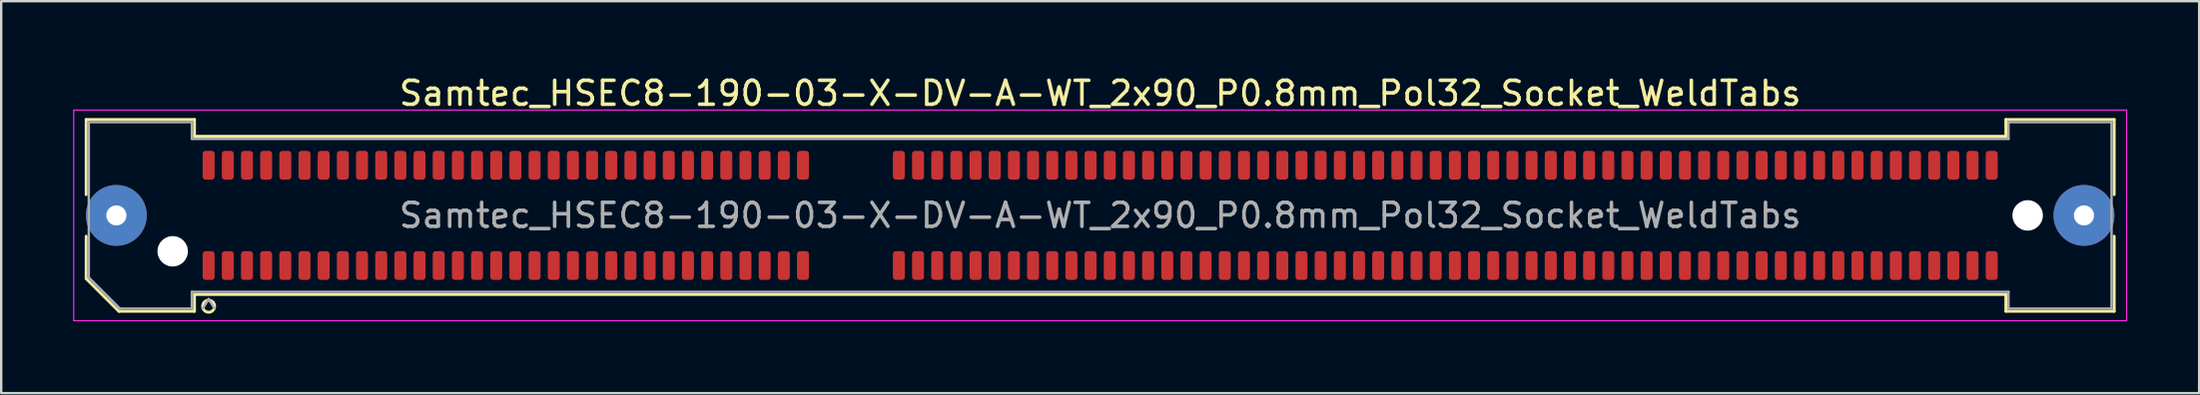
<source format=kicad_pcb>
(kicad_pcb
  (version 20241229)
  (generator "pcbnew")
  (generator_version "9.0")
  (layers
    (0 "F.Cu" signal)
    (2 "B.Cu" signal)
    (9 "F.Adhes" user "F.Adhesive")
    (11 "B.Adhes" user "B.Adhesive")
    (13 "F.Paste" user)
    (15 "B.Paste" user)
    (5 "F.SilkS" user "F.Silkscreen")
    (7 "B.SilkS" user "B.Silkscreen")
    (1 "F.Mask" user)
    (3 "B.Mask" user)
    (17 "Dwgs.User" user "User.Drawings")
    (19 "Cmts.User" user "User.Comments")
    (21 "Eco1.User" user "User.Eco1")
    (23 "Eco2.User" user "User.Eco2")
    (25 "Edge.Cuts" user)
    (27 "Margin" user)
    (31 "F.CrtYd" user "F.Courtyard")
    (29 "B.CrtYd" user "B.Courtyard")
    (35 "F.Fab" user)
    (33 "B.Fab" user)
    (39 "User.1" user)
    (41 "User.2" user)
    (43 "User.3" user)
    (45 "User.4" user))
  (footprint "Samtec_HSEC8-190-03-X-DV-A-WT_2x90_P0.8mm_Pol32_Socket_WeldTabs"
    (layer "F.Cu")
    (at 42.855 5.948)
    (property "Reference" "Samtec_HSEC8-190-03-X-DV-A-WT_2x90_P0.8mm_Pol32_Socket_WeldTabs" (at 0 -5.1 0) (layer "F.SilkS") (effects (font (size 1 1) (thickness 0.15))))
    (attr smd)
    (fp_line (start -42.31 -4.005) (end -37.79 -4.005) (stroke (width 0.12) (type solid)) (layer "F.SilkS"))
    (fp_line (start -42.31 -0.868) (end -42.31 -4.005) (stroke (width 0.12) (type solid)) (layer "F.SilkS"))
    (fp_line (start -42.31 2.641) (end -42.31 0.868) (stroke (width 0.12) (type solid)) (layer "F.SilkS"))
    (fp_line (start -40.946 4.005) (end -42.31 2.641) (stroke (width 0.12) (type solid)) (layer "F.SilkS"))
    (fp_line (start -37.79 -4.005) (end -37.79 -3.305) (stroke (width 0.12) (type solid)) (layer "F.SilkS"))
    (fp_line (start -37.79 -3.305) (end 37.79 -3.305) (stroke (width 0.12) (type solid)) (layer "F.SilkS"))
    (fp_line (start -37.79 3.305) (end -37.79 4.005) (stroke (width 0.12) (type solid)) (layer "F.SilkS"))
    (fp_line (start -37.79 4.005) (end -40.946 4.005) (stroke (width 0.12) (type solid)) (layer "F.SilkS"))
    (fp_line (start 37.79 -4.005) (end 42.31 -4.005) (stroke (width 0.12) (type solid)) (layer "F.SilkS"))
    (fp_line (start 37.79 -3.305) (end 37.79 -4.005) (stroke (width 0.12) (type solid)) (layer "F.SilkS"))
    (fp_line (start 37.79 3.305) (end -37.79 3.305) (stroke (width 0.12) (type solid)) (layer "F.SilkS"))
    (fp_line (start 37.79 4.005) (end 37.79 3.305) (stroke (width 0.12) (type solid)) (layer "F.SilkS"))
    (fp_line (start 42.31 -4.005) (end 42.31 -0.868) (stroke (width 0.12) (type solid)) (layer "F.SilkS"))
    (fp_line (start 42.31 0.868) (end 42.31 4.005) (stroke (width 0.12) (type solid)) (layer "F.SilkS"))
    (fp_line (start 42.31 4.005) (end 37.79 4.005) (stroke (width 0.12) (type solid)) (layer "F.SilkS"))
    (fp_arc (start -36.95 3.795) (mid -37.45 3.795) (end -36.95 3.795) (stroke (width 0.12) (type solid)) (layer "F.SilkS"))
    (fp_line (start -42.83 -4.4) (end -42.83 4.4) (stroke (width 0.05) (type solid)) (layer "F.CrtYd"))
    (fp_line (start -42.83 4.4) (end 42.83 4.4) (stroke (width 0.05) (type solid)) (layer "F.CrtYd"))
    (fp_line (start 42.83 -4.4) (end -42.83 -4.4) (stroke (width 0.05) (type solid)) (layer "F.CrtYd"))
    (fp_line (start 42.83 4.4) (end 42.83 -4.4) (stroke (width 0.05) (type solid)) (layer "F.CrtYd"))
    (fp_line (start -42.2 -3.895) (end -37.9 -3.895) (stroke (width 0.1) (type solid)) (layer "F.Fab"))
    (fp_line (start -42.2 2.595) (end -42.2 -3.895) (stroke (width 0.1) (type solid)) (layer "F.Fab"))
    (fp_line (start -40.9 3.895) (end -42.2 2.595) (stroke (width 0.1) (type solid)) (layer "F.Fab"))
    (fp_line (start -37.9 -3.895) (end -37.9 -3.195) (stroke (width 0.1) (type solid)) (layer "F.Fab"))
    (fp_line (start -37.9 -3.195) (end 37.9 -3.195) (stroke (width 0.1) (type solid)) (layer "F.Fab"))
    (fp_line (start -37.9 3.195) (end -37.9 3.895) (stroke (width 0.1) (type solid)) (layer "F.Fab"))
    (fp_line (start -37.9 3.895) (end -40.9 3.895) (stroke (width 0.1) (type solid)) (layer "F.Fab"))
    (fp_line (start -37.2 3.495) (end -37.45 3.895) (stroke (width 0.1) (type solid)) (layer "F.Fab"))
    (fp_line (start -37.2 3.495) (end -36.95 3.895) (stroke (width 0.1) (type solid)) (layer "F.Fab"))
    (fp_line (start 37.9 -3.895) (end 42.2 -3.895) (stroke (width 0.1) (type solid)) (layer "F.Fab"))
    (fp_line (start 37.9 -3.195) (end 37.9 -3.895) (stroke (width 0.1) (type solid)) (layer "F.Fab"))
    (fp_line (start 37.9 3.195) (end -37.9 3.195) (stroke (width 0.1) (type solid)) (layer "F.Fab"))
    (fp_line (start 37.9 3.895) (end 37.9 3.195) (stroke (width 0.1) (type solid)) (layer "F.Fab"))
    (fp_line (start 42.2 -3.895) (end 42.2 3.895) (stroke (width 0.1) (type solid)) (layer "F.Fab"))
    (fp_line (start 42.2 3.895) (end 37.9 3.895) (stroke (width 0.1) (type solid)) (layer "F.Fab"))
    (fp_text user "${REFERENCE}" (at 0 0 0) (layer "F.Fab") (effects (font (size 1 1) (thickness 0.15))))
    (pad "" thru_hole circle (at -41.05 0) (size 2.54 2.54) (drill 0.84) (layers "*.Cu" "*.Mask" "F.Paste"))
    (pad "" np_thru_hole circle (at -38.7 1.5) (size 1.27 1.27) (drill 1.27) (layers "*.Cu" "*.Mask"))
    (pad "" np_thru_hole circle (at 38.7 0) (size 1.27 1.27) (drill 1.27) (layers "*.Cu" "*.Mask"))
    (pad "" thru_hole circle (at 41.05 0) (size 2.54 2.54) (drill 0.84) (layers "*.Cu" "*.Mask" "F.Paste"))
    (pad "1" smd roundrect (at -37.2 2.095) (size 0.5 1.2) (layers "F.Cu" "F.Mask" "F.Paste") (roundrect_rratio 0.25))
    (pad "2" smd roundrect (at -37.2 -2.095) (size 0.5 1.2) (layers "F.Cu" "F.Mask" "F.Paste") (roundrect_rratio 0.25))
    (pad "3" smd roundrect (at -36.4 2.095) (size 0.5 1.2) (layers "F.Cu" "F.Mask" "F.Paste") (roundrect_rratio 0.25))
    (pad "4" smd roundrect (at -36.4 -2.095) (size 0.5 1.2) (layers "F.Cu" "F.Mask" "F.Paste") (roundrect_rratio 0.25))
    (pad "5" smd roundrect (at -35.6 2.095) (size 0.5 1.2) (layers "F.Cu" "F.Mask" "F.Paste") (roundrect_rratio 0.25))
    (pad "6" smd roundrect (at -35.6 -2.095) (size 0.5 1.2) (layers "F.Cu" "F.Mask" "F.Paste") (roundrect_rratio 0.25))
    (pad "7" smd roundrect (at -34.8 2.095) (size 0.5 1.2) (layers "F.Cu" "F.Mask" "F.Paste") (roundrect_rratio 0.25))
    (pad "8" smd roundrect (at -34.8 -2.095) (size 0.5 1.2) (layers "F.Cu" "F.Mask" "F.Paste") (roundrect_rratio 0.25))
    (pad "9" smd roundrect (at -34 2.095) (size 0.5 1.2) (layers "F.Cu" "F.Mask" "F.Paste") (roundrect_rratio 0.25))
    (pad "10" smd roundrect (at -34 -2.095) (size 0.5 1.2) (layers "F.Cu" "F.Mask" "F.Paste") (roundrect_rratio 0.25))
    (pad "11" smd roundrect (at -33.2 2.095) (size 0.5 1.2) (layers "F.Cu" "F.Mask" "F.Paste") (roundrect_rratio 0.25))
    (pad "12" smd roundrect (at -33.2 -2.095) (size 0.5 1.2) (layers "F.Cu" "F.Mask" "F.Paste") (roundrect_rratio 0.25))
    (pad "13" smd roundrect (at -32.4 2.095) (size 0.5 1.2) (layers "F.Cu" "F.Mask" "F.Paste") (roundrect_rratio 0.25))
    (pad "14" smd roundrect (at -32.4 -2.095) (size 0.5 1.2) (layers "F.Cu" "F.Mask" "F.Paste") (roundrect_rratio 0.25))
    (pad "15" smd roundrect (at -31.6 2.095) (size 0.5 1.2) (layers "F.Cu" "F.Mask" "F.Paste") (roundrect_rratio 0.25))
    (pad "16" smd roundrect (at -31.6 -2.095) (size 0.5 1.2) (layers "F.Cu" "F.Mask" "F.Paste") (roundrect_rratio 0.25))
    (pad "17" smd roundrect (at -30.8 2.095) (size 0.5 1.2) (layers "F.Cu" "F.Mask" "F.Paste") (roundrect_rratio 0.25))
    (pad "18" smd roundrect (at -30.8 -2.095) (size 0.5 1.2) (layers "F.Cu" "F.Mask" "F.Paste") (roundrect_rratio 0.25))
    (pad "19" smd roundrect (at -30 2.095) (size 0.5 1.2) (layers "F.Cu" "F.Mask" "F.Paste") (roundrect_rratio 0.25))
    (pad "20" smd roundrect (at -30 -2.095) (size 0.5 1.2) (layers "F.Cu" "F.Mask" "F.Paste") (roundrect_rratio 0.25))
    (pad "21" smd roundrect (at -29.2 2.095) (size 0.5 1.2) (layers "F.Cu" "F.Mask" "F.Paste") (roundrect_rratio 0.25))
    (pad "22" smd roundrect (at -29.2 -2.095) (size 0.5 1.2) (layers "F.Cu" "F.Mask" "F.Paste") (roundrect_rratio 0.25))
    (pad "23" smd roundrect (at -28.4 2.095) (size 0.5 1.2) (layers "F.Cu" "F.Mask" "F.Paste") (roundrect_rratio 0.25))
    (pad "24" smd roundrect (at -28.4 -2.095) (size 0.5 1.2) (layers "F.Cu" "F.Mask" "F.Paste") (roundrect_rratio 0.25))
    (pad "25" smd roundrect (at -27.6 2.095) (size 0.5 1.2) (layers "F.Cu" "F.Mask" "F.Paste") (roundrect_rratio 0.25))
    (pad "26" smd roundrect (at -27.6 -2.095) (size 0.5 1.2) (layers "F.Cu" "F.Mask" "F.Paste") (roundrect_rratio 0.25))
    (pad "27" smd roundrect (at -26.8 2.095) (size 0.5 1.2) (layers "F.Cu" "F.Mask" "F.Paste") (roundrect_rratio 0.25))
    (pad "28" smd roundrect (at -26.8 -2.095) (size 0.5 1.2) (layers "F.Cu" "F.Mask" "F.Paste") (roundrect_rratio 0.25))
    (pad "29" smd roundrect (at -26 2.095) (size 0.5 1.2) (layers "F.Cu" "F.Mask" "F.Paste") (roundrect_rratio 0.25))
    (pad "30" smd roundrect (at -26 -2.095) (size 0.5 1.2) (layers "F.Cu" "F.Mask" "F.Paste") (roundrect_rratio 0.25))
    (pad "31" smd roundrect (at -25.2 2.095) (size 0.5 1.2) (layers "F.Cu" "F.Mask" "F.Paste") (roundrect_rratio 0.25))
    (pad "32" smd roundrect (at -25.2 -2.095) (size 0.5 1.2) (layers "F.Cu" "F.Mask" "F.Paste") (roundrect_rratio 0.25))
    (pad "33" smd roundrect (at -24.4 2.095) (size 0.5 1.2) (layers "F.Cu" "F.Mask" "F.Paste") (roundrect_rratio 0.25))
    (pad "34" smd roundrect (at -24.4 -2.095) (size 0.5 1.2) (layers "F.Cu" "F.Mask" "F.Paste") (roundrect_rratio 0.25))
    (pad "35" smd roundrect (at -23.6 2.095) (size 0.5 1.2) (layers "F.Cu" "F.Mask" "F.Paste") (roundrect_rratio 0.25))
    (pad "36" smd roundrect (at -23.6 -2.095) (size 0.5 1.2) (layers "F.Cu" "F.Mask" "F.Paste") (roundrect_rratio 0.25))
    (pad "37" smd roundrect (at -22.8 2.095) (size 0.5 1.2) (layers "F.Cu" "F.Mask" "F.Paste") (roundrect_rratio 0.25))
    (pad "38" smd roundrect (at -22.8 -2.095) (size 0.5 1.2) (layers "F.Cu" "F.Mask" "F.Paste") (roundrect_rratio 0.25))
    (pad "39" smd roundrect (at -22 2.095) (size 0.5 1.2) (layers "F.Cu" "F.Mask" "F.Paste") (roundrect_rratio 0.25))
    (pad "40" smd roundrect (at -22 -2.095) (size 0.5 1.2) (layers "F.Cu" "F.Mask" "F.Paste") (roundrect_rratio 0.25))
    (pad "41" smd roundrect (at -21.2 2.095) (size 0.5 1.2) (layers "F.Cu" "F.Mask" "F.Paste") (roundrect_rratio 0.25))
    (pad "42" smd roundrect (at -21.2 -2.095) (size 0.5 1.2) (layers "F.Cu" "F.Mask" "F.Paste") (roundrect_rratio 0.25))
    (pad "43" smd roundrect (at -20.4 2.095) (size 0.5 1.2) (layers "F.Cu" "F.Mask" "F.Paste") (roundrect_rratio 0.25))
    (pad "44" smd roundrect (at -20.4 -2.095) (size 0.5 1.2) (layers "F.Cu" "F.Mask" "F.Paste") (roundrect_rratio 0.25))
    (pad "45" smd roundrect (at -19.6 2.095) (size 0.5 1.2) (layers "F.Cu" "F.Mask" "F.Paste") (roundrect_rratio 0.25))
    (pad "46" smd roundrect (at -19.6 -2.095) (size 0.5 1.2) (layers "F.Cu" "F.Mask" "F.Paste") (roundrect_rratio 0.25))
    (pad "47" smd roundrect (at -18.8 2.095) (size 0.5 1.2) (layers "F.Cu" "F.Mask" "F.Paste") (roundrect_rratio 0.25))
    (pad "48" smd roundrect (at -18.8 -2.095) (size 0.5 1.2) (layers "F.Cu" "F.Mask" "F.Paste") (roundrect_rratio 0.25))
    (pad "49" smd roundrect (at -18 2.095) (size 0.5 1.2) (layers "F.Cu" "F.Mask" "F.Paste") (roundrect_rratio 0.25))
    (pad "50" smd roundrect (at -18 -2.095) (size 0.5 1.2) (layers "F.Cu" "F.Mask" "F.Paste") (roundrect_rratio 0.25))
    (pad "51" smd roundrect (at -17.2 2.095) (size 0.5 1.2) (layers "F.Cu" "F.Mask" "F.Paste") (roundrect_rratio 0.25))
    (pad "52" smd roundrect (at -17.2 -2.095) (size 0.5 1.2) (layers "F.Cu" "F.Mask" "F.Paste") (roundrect_rratio 0.25))
    (pad "53" smd roundrect (at -16.4 2.095) (size 0.5 1.2) (layers "F.Cu" "F.Mask" "F.Paste") (roundrect_rratio 0.25))
    (pad "54" smd roundrect (at -16.4 -2.095) (size 0.5 1.2) (layers "F.Cu" "F.Mask" "F.Paste") (roundrect_rratio 0.25))
    (pad "55" smd roundrect (at -15.6 2.095) (size 0.5 1.2) (layers "F.Cu" "F.Mask" "F.Paste") (roundrect_rratio 0.25))
    (pad "56" smd roundrect (at -15.6 -2.095) (size 0.5 1.2) (layers "F.Cu" "F.Mask" "F.Paste") (roundrect_rratio 0.25))
    (pad "57" smd roundrect (at -14.8 2.095) (size 0.5 1.2) (layers "F.Cu" "F.Mask" "F.Paste") (roundrect_rratio 0.25))
    (pad "58" smd roundrect (at -14.8 -2.095) (size 0.5 1.2) (layers "F.Cu" "F.Mask" "F.Paste") (roundrect_rratio 0.25))
    (pad "59" smd roundrect (at -14 2.095) (size 0.5 1.2) (layers "F.Cu" "F.Mask" "F.Paste") (roundrect_rratio 0.25))
    (pad "60" smd roundrect (at -14 -2.095) (size 0.5 1.2) (layers "F.Cu" "F.Mask" "F.Paste") (roundrect_rratio 0.25))
    (pad "61" smd roundrect (at -13.2 2.095) (size 0.5 1.2) (layers "F.Cu" "F.Mask" "F.Paste") (roundrect_rratio 0.25))
    (pad "62" smd roundrect (at -13.2 -2.095) (size 0.5 1.2) (layers "F.Cu" "F.Mask" "F.Paste") (roundrect_rratio 0.25))
    (pad "63" smd roundrect (at -12.4 2.095) (size 0.5 1.2) (layers "F.Cu" "F.Mask" "F.Paste") (roundrect_rratio 0.25))
    (pad "64" smd roundrect (at -12.4 -2.095) (size 0.5 1.2) (layers "F.Cu" "F.Mask" "F.Paste") (roundrect_rratio 0.25))
    (pad "65" smd roundrect (at -8.4 2.095) (size 0.5 1.2) (layers "F.Cu" "F.Mask" "F.Paste") (roundrect_rratio 0.25))
    (pad "66" smd roundrect (at -8.4 -2.095) (size 0.5 1.2) (layers "F.Cu" "F.Mask" "F.Paste") (roundrect_rratio 0.25))
    (pad "67" smd roundrect (at -7.6 2.095) (size 0.5 1.2) (layers "F.Cu" "F.Mask" "F.Paste") (roundrect_rratio 0.25))
    (pad "68" smd roundrect (at -7.6 -2.095) (size 0.5 1.2) (layers "F.Cu" "F.Mask" "F.Paste") (roundrect_rratio 0.25))
    (pad "69" smd roundrect (at -6.8 2.095) (size 0.5 1.2) (layers "F.Cu" "F.Mask" "F.Paste") (roundrect_rratio 0.25))
    (pad "70" smd roundrect (at -6.8 -2.095) (size 0.5 1.2) (layers "F.Cu" "F.Mask" "F.Paste") (roundrect_rratio 0.25))
    (pad "71" smd roundrect (at -6 2.095) (size 0.5 1.2) (layers "F.Cu" "F.Mask" "F.Paste") (roundrect_rratio 0.25))
    (pad "72" smd roundrect (at -6 -2.095) (size 0.5 1.2) (layers "F.Cu" "F.Mask" "F.Paste") (roundrect_rratio 0.25))
    (pad "73" smd roundrect (at -5.2 2.095) (size 0.5 1.2) (layers "F.Cu" "F.Mask" "F.Paste") (roundrect_rratio 0.25))
    (pad "74" smd roundrect (at -5.2 -2.095) (size 0.5 1.2) (layers "F.Cu" "F.Mask" "F.Paste") (roundrect_rratio 0.25))
    (pad "75" smd roundrect (at -4.4 2.095) (size 0.5 1.2) (layers "F.Cu" "F.Mask" "F.Paste") (roundrect_rratio 0.25))
    (pad "76" smd roundrect (at -4.4 -2.095) (size 0.5 1.2) (layers "F.Cu" "F.Mask" "F.Paste") (roundrect_rratio 0.25))
    (pad "77" smd roundrect (at -3.6 2.095) (size 0.5 1.2) (layers "F.Cu" "F.Mask" "F.Paste") (roundrect_rratio 0.25))
    (pad "78" smd roundrect (at -3.6 -2.095) (size 0.5 1.2) (layers "F.Cu" "F.Mask" "F.Paste") (roundrect_rratio 0.25))
    (pad "79" smd roundrect (at -2.8 2.095) (size 0.5 1.2) (layers "F.Cu" "F.Mask" "F.Paste") (roundrect_rratio 0.25))
    (pad "80" smd roundrect (at -2.8 -2.095) (size 0.5 1.2) (layers "F.Cu" "F.Mask" "F.Paste") (roundrect_rratio 0.25))
    (pad "81" smd roundrect (at -2 2.095) (size 0.5 1.2) (layers "F.Cu" "F.Mask" "F.Paste") (roundrect_rratio 0.25))
    (pad "82" smd roundrect (at -2 -2.095) (size 0.5 1.2) (layers "F.Cu" "F.Mask" "F.Paste") (roundrect_rratio 0.25))
    (pad "83" smd roundrect (at -1.2 2.095) (size 0.5 1.2) (layers "F.Cu" "F.Mask" "F.Paste") (roundrect_rratio 0.25))
    (pad "84" smd roundrect (at -1.2 -2.095) (size 0.5 1.2) (layers "F.Cu" "F.Mask" "F.Paste") (roundrect_rratio 0.25))
    (pad "85" smd roundrect (at -0.4 2.095) (size 0.5 1.2) (layers "F.Cu" "F.Mask" "F.Paste") (roundrect_rratio 0.25))
    (pad "86" smd roundrect (at -0.4 -2.095) (size 0.5 1.2) (layers "F.Cu" "F.Mask" "F.Paste") (roundrect_rratio 0.25))
    (pad "87" smd roundrect (at 0.4 2.095) (size 0.5 1.2) (layers "F.Cu" "F.Mask" "F.Paste") (roundrect_rratio 0.25))
    (pad "88" smd roundrect (at 0.4 -2.095) (size 0.5 1.2) (layers "F.Cu" "F.Mask" "F.Paste") (roundrect_rratio 0.25))
    (pad "89" smd roundrect (at 1.2 2.095) (size 0.5 1.2) (layers "F.Cu" "F.Mask" "F.Paste") (roundrect_rratio 0.25))
    (pad "90" smd roundrect (at 1.2 -2.095) (size 0.5 1.2) (layers "F.Cu" "F.Mask" "F.Paste") (roundrect_rratio 0.25))
    (pad "91" smd roundrect (at 2 2.095) (size 0.5 1.2) (layers "F.Cu" "F.Mask" "F.Paste") (roundrect_rratio 0.25))
    (pad "92" smd roundrect (at 2 -2.095) (size 0.5 1.2) (layers "F.Cu" "F.Mask" "F.Paste") (roundrect_rratio 0.25))
    (pad "93" smd roundrect (at 2.8 2.095) (size 0.5 1.2) (layers "F.Cu" "F.Mask" "F.Paste") (roundrect_rratio 0.25))
    (pad "94" smd roundrect (at 2.8 -2.095) (size 0.5 1.2) (layers "F.Cu" "F.Mask" "F.Paste") (roundrect_rratio 0.25))
    (pad "95" smd roundrect (at 3.6 2.095) (size 0.5 1.2) (layers "F.Cu" "F.Mask" "F.Paste") (roundrect_rratio 0.25))
    (pad "96" smd roundrect (at 3.6 -2.095) (size 0.5 1.2) (layers "F.Cu" "F.Mask" "F.Paste") (roundrect_rratio 0.25))
    (pad "97" smd roundrect (at 4.4 2.095) (size 0.5 1.2) (layers "F.Cu" "F.Mask" "F.Paste") (roundrect_rratio 0.25))
    (pad "98" smd roundrect (at 4.4 -2.095) (size 0.5 1.2) (layers "F.Cu" "F.Mask" "F.Paste") (roundrect_rratio 0.25))
    (pad "99" smd roundrect (at 5.2 2.095) (size 0.5 1.2) (layers "F.Cu" "F.Mask" "F.Paste") (roundrect_rratio 0.25))
    (pad "100" smd roundrect (at 5.2 -2.095) (size 0.5 1.2) (layers "F.Cu" "F.Mask" "F.Paste") (roundrect_rratio 0.25))
    (pad "101" smd roundrect (at 6 2.095) (size 0.5 1.2) (layers "F.Cu" "F.Mask" "F.Paste") (roundrect_rratio 0.25))
    (pad "102" smd roundrect (at 6 -2.095) (size 0.5 1.2) (layers "F.Cu" "F.Mask" "F.Paste") (roundrect_rratio 0.25))
    (pad "103" smd roundrect (at 6.8 2.095) (size 0.5 1.2) (layers "F.Cu" "F.Mask" "F.Paste") (roundrect_rratio 0.25))
    (pad "104" smd roundrect (at 6.8 -2.095) (size 0.5 1.2) (layers "F.Cu" "F.Mask" "F.Paste") (roundrect_rratio 0.25))
    (pad "105" smd roundrect (at 7.6 2.095) (size 0.5 1.2) (layers "F.Cu" "F.Mask" "F.Paste") (roundrect_rratio 0.25))
    (pad "106" smd roundrect (at 7.6 -2.095) (size 0.5 1.2) (layers "F.Cu" "F.Mask" "F.Paste") (roundrect_rratio 0.25))
    (pad "107" smd roundrect (at 8.4 2.095) (size 0.5 1.2) (layers "F.Cu" "F.Mask" "F.Paste") (roundrect_rratio 0.25))
    (pad "108" smd roundrect (at 8.4 -2.095) (size 0.5 1.2) (layers "F.Cu" "F.Mask" "F.Paste") (roundrect_rratio 0.25))
    (pad "109" smd roundrect (at 9.2 2.095) (size 0.5 1.2) (layers "F.Cu" "F.Mask" "F.Paste") (roundrect_rratio 0.25))
    (pad "110" smd roundrect (at 9.2 -2.095) (size 0.5 1.2) (layers "F.Cu" "F.Mask" "F.Paste") (roundrect_rratio 0.25))
    (pad "111" smd roundrect (at 10 2.095) (size 0.5 1.2) (layers "F.Cu" "F.Mask" "F.Paste") (roundrect_rratio 0.25))
    (pad "112" smd roundrect (at 10 -2.095) (size 0.5 1.2) (layers "F.Cu" "F.Mask" "F.Paste") (roundrect_rratio 0.25))
    (pad "113" smd roundrect (at 10.8 2.095) (size 0.5 1.2) (layers "F.Cu" "F.Mask" "F.Paste") (roundrect_rratio 0.25))
    (pad "114" smd roundrect (at 10.8 -2.095) (size 0.5 1.2) (layers "F.Cu" "F.Mask" "F.Paste") (roundrect_rratio 0.25))
    (pad "115" smd roundrect (at 11.6 2.095) (size 0.5 1.2) (layers "F.Cu" "F.Mask" "F.Paste") (roundrect_rratio 0.25))
    (pad "116" smd roundrect (at 11.6 -2.095) (size 0.5 1.2) (layers "F.Cu" "F.Mask" "F.Paste") (roundrect_rratio 0.25))
    (pad "117" smd roundrect (at 12.4 2.095) (size 0.5 1.2) (layers "F.Cu" "F.Mask" "F.Paste") (roundrect_rratio 0.25))
    (pad "118" smd roundrect (at 12.4 -2.095) (size 0.5 1.2) (layers "F.Cu" "F.Mask" "F.Paste") (roundrect_rratio 0.25))
    (pad "119" smd roundrect (at 13.2 2.095) (size 0.5 1.2) (layers "F.Cu" "F.Mask" "F.Paste") (roundrect_rratio 0.25))
    (pad "120" smd roundrect (at 13.2 -2.095) (size 0.5 1.2) (layers "F.Cu" "F.Mask" "F.Paste") (roundrect_rratio 0.25))
    (pad "121" smd roundrect (at 14 2.095) (size 0.5 1.2) (layers "F.Cu" "F.Mask" "F.Paste") (roundrect_rratio 0.25))
    (pad "122" smd roundrect (at 14 -2.095) (size 0.5 1.2) (layers "F.Cu" "F.Mask" "F.Paste") (roundrect_rratio 0.25))
    (pad "123" smd roundrect (at 14.8 2.095) (size 0.5 1.2) (layers "F.Cu" "F.Mask" "F.Paste") (roundrect_rratio 0.25))
    (pad "124" smd roundrect (at 14.8 -2.095) (size 0.5 1.2) (layers "F.Cu" "F.Mask" "F.Paste") (roundrect_rratio 0.25))
    (pad "125" smd roundrect (at 15.6 2.095) (size 0.5 1.2) (layers "F.Cu" "F.Mask" "F.Paste") (roundrect_rratio 0.25))
    (pad "126" smd roundrect (at 15.6 -2.095) (size 0.5 1.2) (layers "F.Cu" "F.Mask" "F.Paste") (roundrect_rratio 0.25))
    (pad "127" smd roundrect (at 16.4 2.095) (size 0.5 1.2) (layers "F.Cu" "F.Mask" "F.Paste") (roundrect_rratio 0.25))
    (pad "128" smd roundrect (at 16.4 -2.095) (size 0.5 1.2) (layers "F.Cu" "F.Mask" "F.Paste") (roundrect_rratio 0.25))
    (pad "129" smd roundrect (at 17.2 2.095) (size 0.5 1.2) (layers "F.Cu" "F.Mask" "F.Paste") (roundrect_rratio 0.25))
    (pad "130" smd roundrect (at 17.2 -2.095) (size 0.5 1.2) (layers "F.Cu" "F.Mask" "F.Paste") (roundrect_rratio 0.25))
    (pad "131" smd roundrect (at 18 2.095) (size 0.5 1.2) (layers "F.Cu" "F.Mask" "F.Paste") (roundrect_rratio 0.25))
    (pad "132" smd roundrect (at 18 -2.095) (size 0.5 1.2) (layers "F.Cu" "F.Mask" "F.Paste") (roundrect_rratio 0.25))
    (pad "133" smd roundrect (at 18.8 2.095) (size 0.5 1.2) (layers "F.Cu" "F.Mask" "F.Paste") (roundrect_rratio 0.25))
    (pad "134" smd roundrect (at 18.8 -2.095) (size 0.5 1.2) (layers "F.Cu" "F.Mask" "F.Paste") (roundrect_rratio 0.25))
    (pad "135" smd roundrect (at 19.6 2.095) (size 0.5 1.2) (layers "F.Cu" "F.Mask" "F.Paste") (roundrect_rratio 0.25))
    (pad "136" smd roundrect (at 19.6 -2.095) (size 0.5 1.2) (layers "F.Cu" "F.Mask" "F.Paste") (roundrect_rratio 0.25))
    (pad "137" smd roundrect (at 20.4 2.095) (size 0.5 1.2) (layers "F.Cu" "F.Mask" "F.Paste") (roundrect_rratio 0.25))
    (pad "138" smd roundrect (at 20.4 -2.095) (size 0.5 1.2) (layers "F.Cu" "F.Mask" "F.Paste") (roundrect_rratio 0.25))
    (pad "139" smd roundrect (at 21.2 2.095) (size 0.5 1.2) (layers "F.Cu" "F.Mask" "F.Paste") (roundrect_rratio 0.25))
    (pad "140" smd roundrect (at 21.2 -2.095) (size 0.5 1.2) (layers "F.Cu" "F.Mask" "F.Paste") (roundrect_rratio 0.25))
    (pad "141" smd roundrect (at 22 2.095) (size 0.5 1.2) (layers "F.Cu" "F.Mask" "F.Paste") (roundrect_rratio 0.25))
    (pad "142" smd roundrect (at 22 -2.095) (size 0.5 1.2) (layers "F.Cu" "F.Mask" "F.Paste") (roundrect_rratio 0.25))
    (pad "143" smd roundrect (at 22.8 2.095) (size 0.5 1.2) (layers "F.Cu" "F.Mask" "F.Paste") (roundrect_rratio 0.25))
    (pad "144" smd roundrect (at 22.8 -2.095) (size 0.5 1.2) (layers "F.Cu" "F.Mask" "F.Paste") (roundrect_rratio 0.25))
    (pad "145" smd roundrect (at 23.6 2.095) (size 0.5 1.2) (layers "F.Cu" "F.Mask" "F.Paste") (roundrect_rratio 0.25))
    (pad "146" smd roundrect (at 23.6 -2.095) (size 0.5 1.2) (layers "F.Cu" "F.Mask" "F.Paste") (roundrect_rratio 0.25))
    (pad "147" smd roundrect (at 24.4 2.095) (size 0.5 1.2) (layers "F.Cu" "F.Mask" "F.Paste") (roundrect_rratio 0.25))
    (pad "148" smd roundrect (at 24.4 -2.095) (size 0.5 1.2) (layers "F.Cu" "F.Mask" "F.Paste") (roundrect_rratio 0.25))
    (pad "149" smd roundrect (at 25.2 2.095) (size 0.5 1.2) (layers "F.Cu" "F.Mask" "F.Paste") (roundrect_rratio 0.25))
    (pad "150" smd roundrect (at 25.2 -2.095) (size 0.5 1.2) (layers "F.Cu" "F.Mask" "F.Paste") (roundrect_rratio 0.25))
    (pad "151" smd roundrect (at 26 2.095) (size 0.5 1.2) (layers "F.Cu" "F.Mask" "F.Paste") (roundrect_rratio 0.25))
    (pad "152" smd roundrect (at 26 -2.095) (size 0.5 1.2) (layers "F.Cu" "F.Mask" "F.Paste") (roundrect_rratio 0.25))
    (pad "153" smd roundrect (at 26.8 2.095) (size 0.5 1.2) (layers "F.Cu" "F.Mask" "F.Paste") (roundrect_rratio 0.25))
    (pad "154" smd roundrect (at 26.8 -2.095) (size 0.5 1.2) (layers "F.Cu" "F.Mask" "F.Paste") (roundrect_rratio 0.25))
    (pad "155" smd roundrect (at 27.6 2.095) (size 0.5 1.2) (layers "F.Cu" "F.Mask" "F.Paste") (roundrect_rratio 0.25))
    (pad "156" smd roundrect (at 27.6 -2.095) (size 0.5 1.2) (layers "F.Cu" "F.Mask" "F.Paste") (roundrect_rratio 0.25))
    (pad "157" smd roundrect (at 28.4 2.095) (size 0.5 1.2) (layers "F.Cu" "F.Mask" "F.Paste") (roundrect_rratio 0.25))
    (pad "158" smd roundrect (at 28.4 -2.095) (size 0.5 1.2) (layers "F.Cu" "F.Mask" "F.Paste") (roundrect_rratio 0.25))
    (pad "159" smd roundrect (at 29.2 2.095) (size 0.5 1.2) (layers "F.Cu" "F.Mask" "F.Paste") (roundrect_rratio 0.25))
    (pad "160" smd roundrect (at 29.2 -2.095) (size 0.5 1.2) (layers "F.Cu" "F.Mask" "F.Paste") (roundrect_rratio 0.25))
    (pad "161" smd roundrect (at 30 2.095) (size 0.5 1.2) (layers "F.Cu" "F.Mask" "F.Paste") (roundrect_rratio 0.25))
    (pad "162" smd roundrect (at 30 -2.095) (size 0.5 1.2) (layers "F.Cu" "F.Mask" "F.Paste") (roundrect_rratio 0.25))
    (pad "163" smd roundrect (at 30.8 2.095) (size 0.5 1.2) (layers "F.Cu" "F.Mask" "F.Paste") (roundrect_rratio 0.25))
    (pad "164" smd roundrect (at 30.8 -2.095) (size 0.5 1.2) (layers "F.Cu" "F.Mask" "F.Paste") (roundrect_rratio 0.25))
    (pad "165" smd roundrect (at 31.6 2.095) (size 0.5 1.2) (layers "F.Cu" "F.Mask" "F.Paste") (roundrect_rratio 0.25))
    (pad "166" smd roundrect (at 31.6 -2.095) (size 0.5 1.2) (layers "F.Cu" "F.Mask" "F.Paste") (roundrect_rratio 0.25))
    (pad "167" smd roundrect (at 32.4 2.095) (size 0.5 1.2) (layers "F.Cu" "F.Mask" "F.Paste") (roundrect_rratio 0.25))
    (pad "168" smd roundrect (at 32.4 -2.095) (size 0.5 1.2) (layers "F.Cu" "F.Mask" "F.Paste") (roundrect_rratio 0.25))
    (pad "169" smd roundrect (at 33.2 2.095) (size 0.5 1.2) (layers "F.Cu" "F.Mask" "F.Paste") (roundrect_rratio 0.25))
    (pad "170" smd roundrect (at 33.2 -2.095) (size 0.5 1.2) (layers "F.Cu" "F.Mask" "F.Paste") (roundrect_rratio 0.25))
    (pad "171" smd roundrect (at 34 2.095) (size 0.5 1.2) (layers "F.Cu" "F.Mask" "F.Paste") (roundrect_rratio 0.25))
    (pad "172" smd roundrect (at 34 -2.095) (size 0.5 1.2) (layers "F.Cu" "F.Mask" "F.Paste") (roundrect_rratio 0.25))
    (pad "173" smd roundrect (at 34.8 2.095) (size 0.5 1.2) (layers "F.Cu" "F.Mask" "F.Paste") (roundrect_rratio 0.25))
    (pad "174" smd roundrect (at 34.8 -2.095) (size 0.5 1.2) (layers "F.Cu" "F.Mask" "F.Paste") (roundrect_rratio 0.25))
    (pad "175" smd roundrect (at 35.6 2.095) (size 0.5 1.2) (layers "F.Cu" "F.Mask" "F.Paste") (roundrect_rratio 0.25))
    (pad "176" smd roundrect (at 35.6 -2.095) (size 0.5 1.2) (layers "F.Cu" "F.Mask" "F.Paste") (roundrect_rratio 0.25))
    (pad "177" smd roundrect (at 36.4 2.095) (size 0.5 1.2) (layers "F.Cu" "F.Mask" "F.Paste") (roundrect_rratio 0.25))
    (pad "178" smd roundrect (at 36.4 -2.095) (size 0.5 1.2) (layers "F.Cu" "F.Mask" "F.Paste") (roundrect_rratio 0.25))
    (pad "179" smd roundrect (at 37.2 2.095) (size 0.5 1.2) (layers "F.Cu" "F.Mask" "F.Paste") (roundrect_rratio 0.25))
    (pad "180" smd roundrect (at 37.2 -2.095) (size 0.5 1.2) (layers "F.Cu" "F.Mask" "F.Paste") (roundrect_rratio 0.25)))
  (gr_rect
    (start -3 -3)
    (end 88.71 13.373)
    (stroke (width 0.1) (type default))
    (fill no)
    (layer "Edge.Cuts")))
</source>
